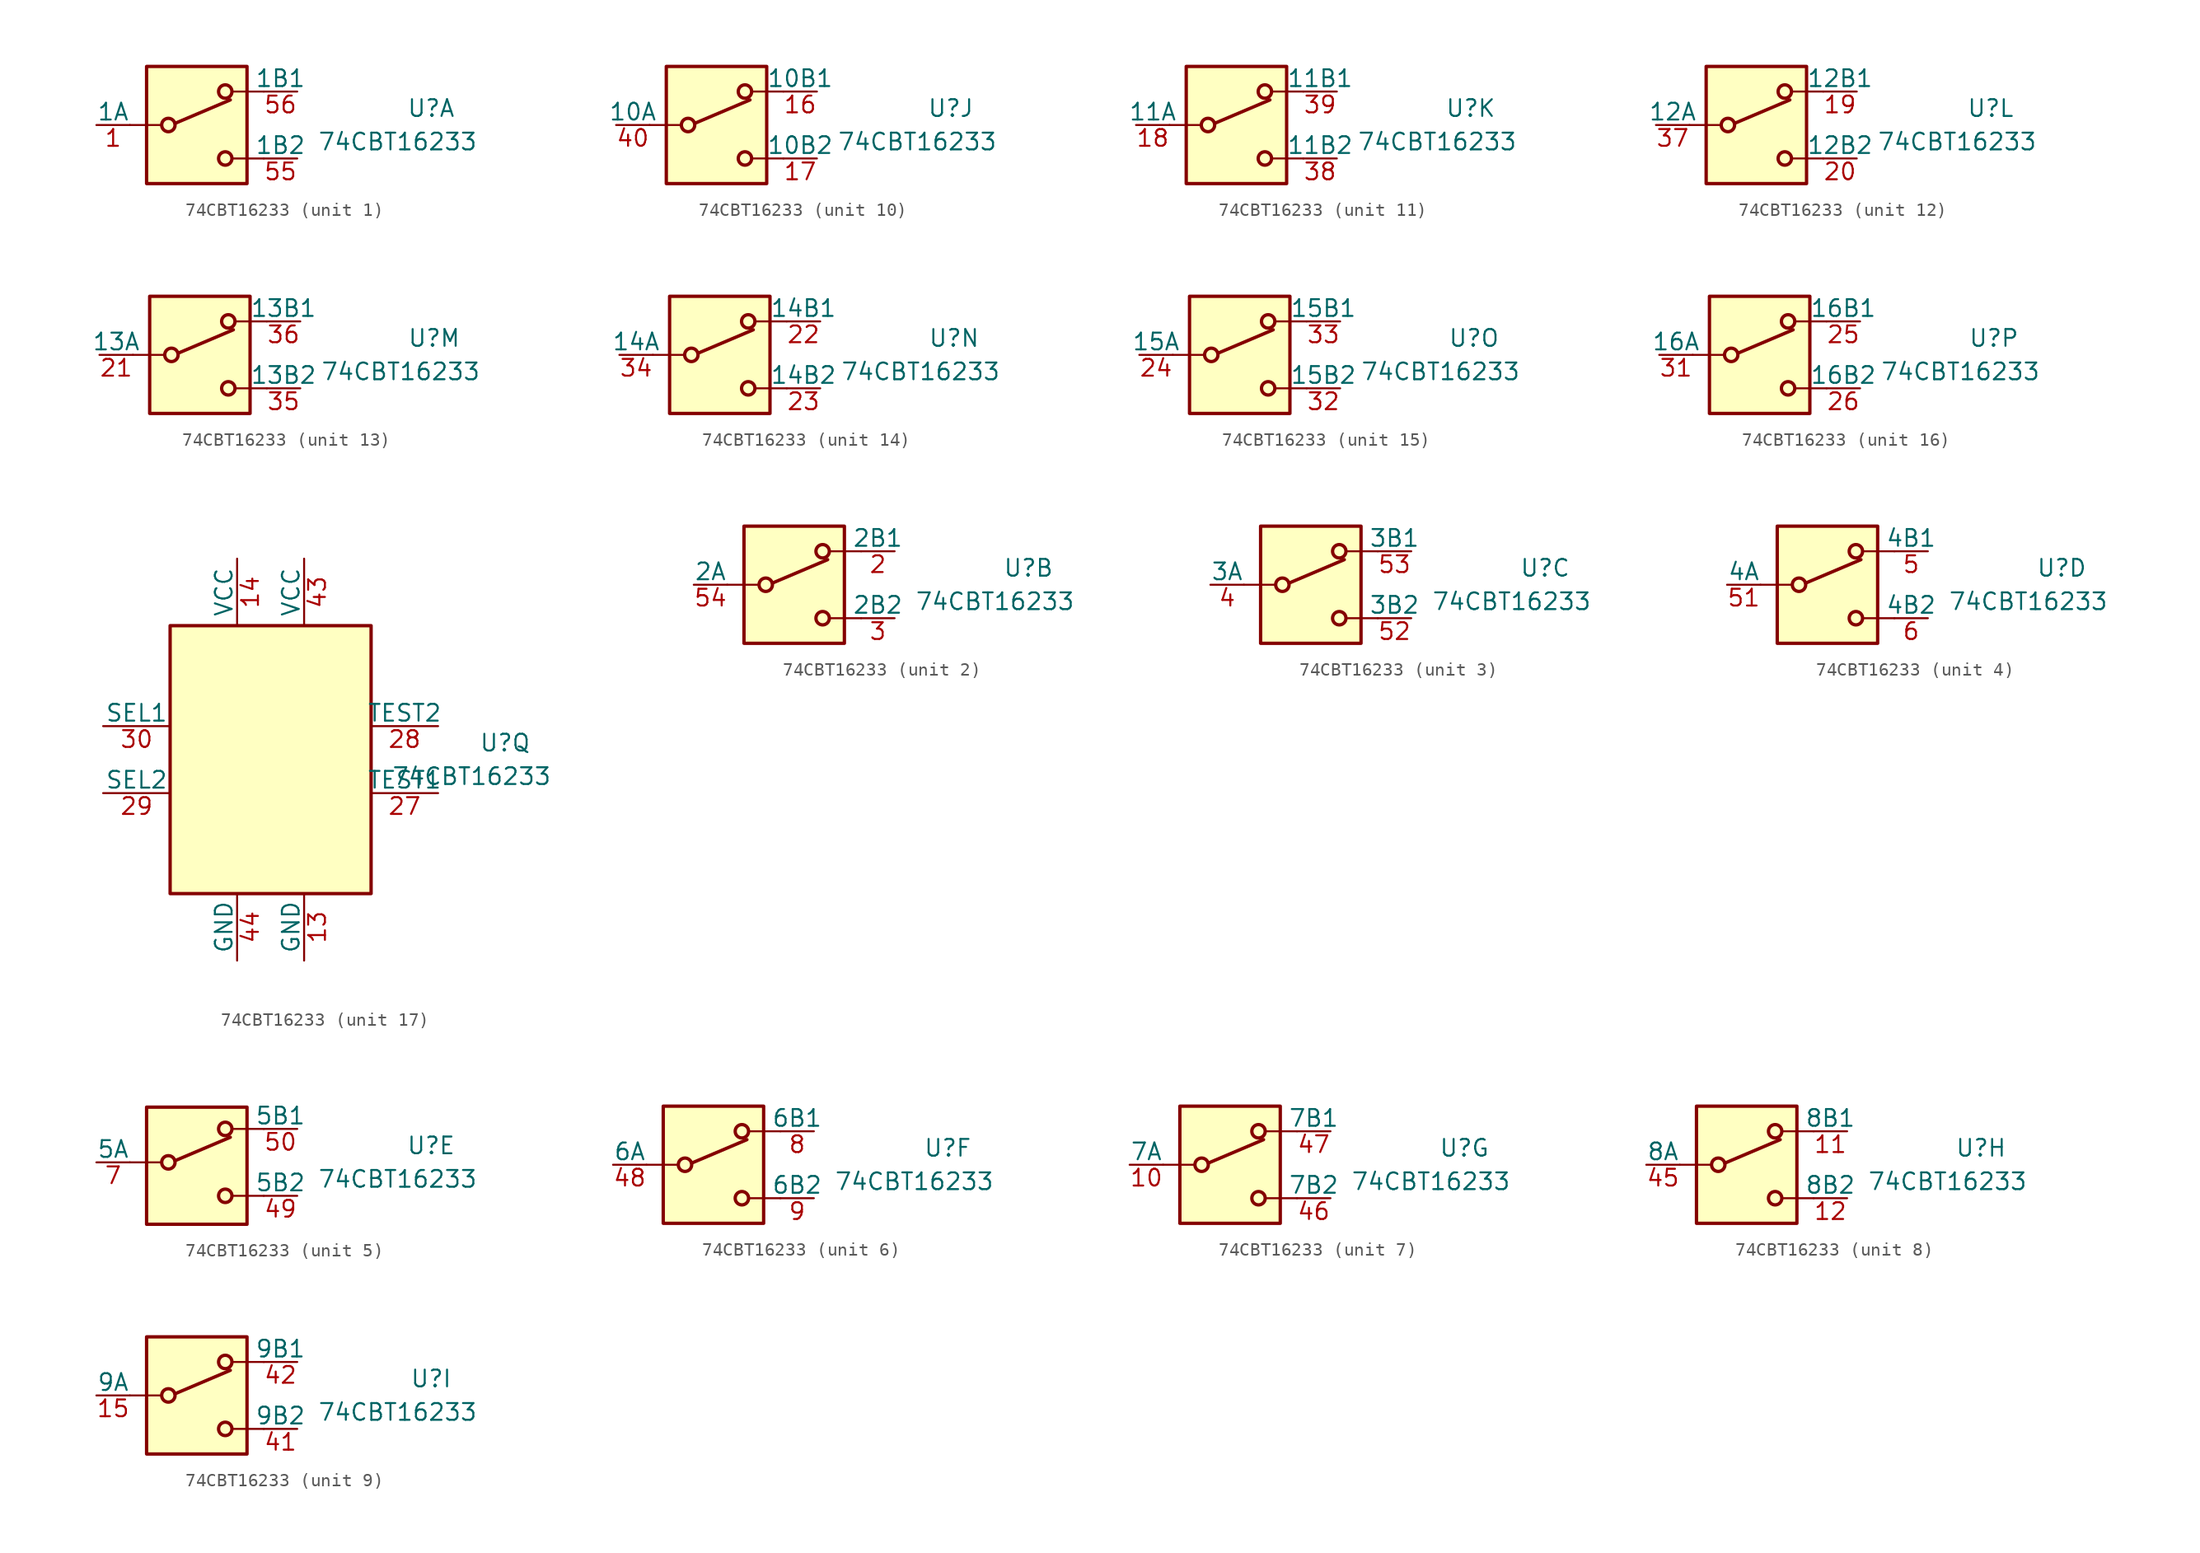
<source format=kicad_sym>
(kicad_symbol_lib
  (version 20231120)
  (generator "kicad_symbol_editor")
  (generator_version "8.0")
  (symbol "74CBT16233"
    (pin_names
      (offset 0))
    (property "Reference" "U"
      (at 17.78 1.27 0)
      (effects (font (size 1.27 1.27))))
    (property "Value" "74CBT16233"
      (at 15.24 -1.27 0)
      (effects (font (size 1.27 1.27))))
    (property "ki_locked" ""
      (at 0 0 0)
      (effects (font (size 1.27 1.27))))
    (symbol "74CBT16233_1_1"
      (rectangle (start -3.81 4.445) (end 3.81 -4.445) (stroke (width 0.254) (type default)) (fill (type background)))
      (circle (center -2.159 0) (radius 0.508) (stroke (width 0.254) (type default)) (fill (type none)))
      (polyline (pts (xy -5.08 0) (xy -2.794 0)) (stroke (width 0) (type default)) (fill (type none)))
      (polyline (pts (xy -1.651 0.127) (xy 2.54 1.905)) (stroke (width 0.254) (type default)) (fill (type none)))
      (polyline (pts (xy 5.08 -2.54) (xy 2.794 -2.54)) (stroke (width 0) (type default)) (fill (type none)))
      (polyline (pts (xy 5.08 2.54) (xy 2.794 2.54)) (stroke (width 0) (type default)) (fill (type none)))
      (circle (center 2.159 -2.54) (radius 0.508) (stroke (width 0.254) (type default)) (fill (type none)))
      (circle (center 2.159 2.54) (radius 0.508) (stroke (width 0.254) (type default)) (fill (type none)))
      (pin passive line (at -7.62 0 0) (length 2.54) (name "1A" (effects (font (size 1.27 1.27)))) (number "1" (effects (font (size 1.27 1.27)))))
      (pin passive line (at 7.62 -2.54 180) (length 2.54) (name "1B2" (effects (font (size 1.27 1.27)))) (number "55" (effects (font (size 1.27 1.27)))))
      (pin passive line (at 7.62 2.54 180) (length 2.54) (name "1B1" (effects (font (size 1.27 1.27)))) (number "56" (effects (font (size 1.27 1.27))))))
    (symbol "74CBT16233_2_1"
      (rectangle (start -3.81 4.445) (end 3.81 -4.445) (stroke (width 0.254) (type default)) (fill (type background)))
      (circle (center -2.159 0) (radius 0.508) (stroke (width 0.254) (type default)) (fill (type none)))
      (polyline (pts (xy -5.08 0) (xy -2.794 0)) (stroke (width 0) (type default)) (fill (type none)))
      (polyline (pts (xy -1.651 0.127) (xy 2.54 1.905)) (stroke (width 0.254) (type default)) (fill (type none)))
      (polyline (pts (xy 5.08 -2.54) (xy 2.794 -2.54)) (stroke (width 0) (type default)) (fill (type none)))
      (polyline (pts (xy 5.08 2.54) (xy 2.794 2.54)) (stroke (width 0) (type default)) (fill (type none)))
      (circle (center 2.159 -2.54) (radius 0.508) (stroke (width 0.254) (type default)) (fill (type none)))
      (circle (center 2.159 2.54) (radius 0.508) (stroke (width 0.254) (type default)) (fill (type none)))
      (pin passive line (at 7.62 2.54 180) (length 2.54) (name "2B1" (effects (font (size 1.27 1.27)))) (number "2" (effects (font (size 1.27 1.27)))))
      (pin passive line (at 7.62 -2.54 180) (length 2.54) (name "2B2" (effects (font (size 1.27 1.27)))) (number "3" (effects (font (size 1.27 1.27)))))
      (pin passive line (at -7.62 0 0) (length 2.54) (name "2A" (effects (font (size 1.27 1.27)))) (number "54" (effects (font (size 1.27 1.27))))))
    (symbol "74CBT16233_3_1"
      (rectangle (start -3.81 4.445) (end 3.81 -4.445) (stroke (width 0.254) (type default)) (fill (type background)))
      (circle (center -2.159 0) (radius 0.508) (stroke (width 0.254) (type default)) (fill (type none)))
      (polyline (pts (xy -5.08 0) (xy -2.794 0)) (stroke (width 0) (type default)) (fill (type none)))
      (polyline (pts (xy -1.651 0.127) (xy 2.54 1.905)) (stroke (width 0.254) (type default)) (fill (type none)))
      (polyline (pts (xy 5.08 -2.54) (xy 2.794 -2.54)) (stroke (width 0) (type default)) (fill (type none)))
      (polyline (pts (xy 5.08 2.54) (xy 2.794 2.54)) (stroke (width 0) (type default)) (fill (type none)))
      (circle (center 2.159 -2.54) (radius 0.508) (stroke (width 0.254) (type default)) (fill (type none)))
      (circle (center 2.159 2.54) (radius 0.508) (stroke (width 0.254) (type default)) (fill (type none)))
      (pin passive line (at -7.62 0 0) (length 2.54) (name "3A" (effects (font (size 1.27 1.27)))) (number "4" (effects (font (size 1.27 1.27)))))
      (pin passive line (at 7.62 -2.54 180) (length 2.54) (name "3B2" (effects (font (size 1.27 1.27)))) (number "52" (effects (font (size 1.27 1.27)))))
      (pin passive line (at 7.62 2.54 180) (length 2.54) (name "3B1" (effects (font (size 1.27 1.27)))) (number "53" (effects (font (size 1.27 1.27))))))
    (symbol "74CBT16233_4_1"
      (rectangle (start -3.81 4.445) (end 3.81 -4.445) (stroke (width 0.254) (type default)) (fill (type background)))
      (circle (center -2.159 0) (radius 0.508) (stroke (width 0.254) (type default)) (fill (type none)))
      (polyline (pts (xy -5.08 0) (xy -2.794 0)) (stroke (width 0) (type default)) (fill (type none)))
      (polyline (pts (xy -1.651 0.127) (xy 2.54 1.905)) (stroke (width 0.254) (type default)) (fill (type none)))
      (polyline (pts (xy 5.08 -2.54) (xy 2.794 -2.54)) (stroke (width 0) (type default)) (fill (type none)))
      (polyline (pts (xy 5.08 2.54) (xy 2.794 2.54)) (stroke (width 0) (type default)) (fill (type none)))
      (circle (center 2.159 -2.54) (radius 0.508) (stroke (width 0.254) (type default)) (fill (type none)))
      (circle (center 2.159 2.54) (radius 0.508) (stroke (width 0.254) (type default)) (fill (type none)))
      (pin passive line (at 7.62 2.54 180) (length 2.54) (name "4B1" (effects (font (size 1.27 1.27)))) (number "5" (effects (font (size 1.27 1.27)))))
      (pin passive line (at -7.62 0 0) (length 2.54) (name "4A" (effects (font (size 1.27 1.27)))) (number "51" (effects (font (size 1.27 1.27)))))
      (pin passive line (at 7.62 -2.54 180) (length 2.54) (name "4B2" (effects (font (size 1.27 1.27)))) (number "6" (effects (font (size 1.27 1.27))))))
    (symbol "74CBT16233_5_1"
      (rectangle (start -3.81 4.191) (end 3.81 -4.699) (stroke (width 0.254) (type default)) (fill (type background)))
      (circle (center -2.159 0) (radius 0.508) (stroke (width 0.254) (type default)) (fill (type none)))
      (polyline (pts (xy -5.08 0) (xy -2.794 0)) (stroke (width 0) (type default)) (fill (type none)))
      (polyline (pts (xy -1.651 0.127) (xy 2.54 1.905)) (stroke (width 0.254) (type default)) (fill (type none)))
      (polyline (pts (xy 5.08 -2.54) (xy 2.794 -2.54)) (stroke (width 0) (type default)) (fill (type none)))
      (polyline (pts (xy 5.08 2.54) (xy 2.794 2.54)) (stroke (width 0) (type default)) (fill (type none)))
      (circle (center 2.159 -2.54) (radius 0.508) (stroke (width 0.254) (type default)) (fill (type none)))
      (circle (center 2.159 2.54) (radius 0.508) (stroke (width 0.254) (type default)) (fill (type none)))
      (pin passive line (at 7.62 -2.54 180) (length 2.54) (name "5B2" (effects (font (size 1.27 1.27)))) (number "49" (effects (font (size 1.27 1.27)))))
      (pin passive line (at 7.62 2.54 180) (length 2.54) (name "5B1" (effects (font (size 1.27 1.27)))) (number "50" (effects (font (size 1.27 1.27)))))
      (pin passive line (at -7.62 0 0) (length 2.54) (name "5A" (effects (font (size 1.27 1.27)))) (number "7" (effects (font (size 1.27 1.27))))))
    (symbol "74CBT16233_6_1"
      (rectangle (start -3.81 4.445) (end 3.81 -4.445) (stroke (width 0.254) (type default)) (fill (type background)))
      (circle (center -2.159 0) (radius 0.508) (stroke (width 0.254) (type default)) (fill (type none)))
      (polyline (pts (xy -5.08 0) (xy -2.794 0)) (stroke (width 0) (type default)) (fill (type none)))
      (polyline (pts (xy -1.651 0.127) (xy 2.54 1.905)) (stroke (width 0.254) (type default)) (fill (type none)))
      (polyline (pts (xy 5.08 -2.54) (xy 2.794 -2.54)) (stroke (width 0) (type default)) (fill (type none)))
      (polyline (pts (xy 5.08 2.54) (xy 2.794 2.54)) (stroke (width 0) (type default)) (fill (type none)))
      (circle (center 2.159 -2.54) (radius 0.508) (stroke (width 0.254) (type default)) (fill (type none)))
      (circle (center 2.159 2.54) (radius 0.508) (stroke (width 0.254) (type default)) (fill (type none)))
      (pin passive line (at -7.62 0 0) (length 2.54) (name "6A" (effects (font (size 1.27 1.27)))) (number "48" (effects (font (size 1.27 1.27)))))
      (pin passive line (at 7.62 2.54 180) (length 2.54) (name "6B1" (effects (font (size 1.27 1.27)))) (number "8" (effects (font (size 1.27 1.27)))))
      (pin passive line (at 7.62 -2.54 180) (length 2.54) (name "6B2" (effects (font (size 1.27 1.27)))) (number "9" (effects (font (size 1.27 1.27))))))
    (symbol "74CBT16233_7_1"
      (rectangle (start -3.81 4.445) (end 3.81 -4.445) (stroke (width 0.254) (type default)) (fill (type background)))
      (circle (center -2.159 0) (radius 0.508) (stroke (width 0.254) (type default)) (fill (type none)))
      (polyline (pts (xy -5.08 0) (xy -2.794 0)) (stroke (width 0) (type default)) (fill (type none)))
      (polyline (pts (xy -1.651 0.127) (xy 2.54 1.905)) (stroke (width 0.254) (type default)) (fill (type none)))
      (polyline (pts (xy 5.08 -2.54) (xy 2.794 -2.54)) (stroke (width 0) (type default)) (fill (type none)))
      (polyline (pts (xy 5.08 2.54) (xy 2.794 2.54)) (stroke (width 0) (type default)) (fill (type none)))
      (circle (center 2.159 -2.54) (radius 0.508) (stroke (width 0.254) (type default)) (fill (type none)))
      (circle (center 2.159 2.54) (radius 0.508) (stroke (width 0.254) (type default)) (fill (type none)))
      (pin passive line (at -7.62 0 0) (length 2.54) (name "7A" (effects (font (size 1.27 1.27)))) (number "10" (effects (font (size 1.27 1.27)))))
      (pin passive line (at 7.62 -2.54 180) (length 2.54) (name "7B2" (effects (font (size 1.27 1.27)))) (number "46" (effects (font (size 1.27 1.27)))))
      (pin passive line (at 7.62 2.54 180) (length 2.54) (name "7B1" (effects (font (size 1.27 1.27)))) (number "47" (effects (font (size 1.27 1.27))))))
    (symbol "74CBT16233_8_0"
      (pin passive line (at 7.62 2.54 180) (length 2.54) (name "8B1" (effects (font (size 1.27 1.27)))) (number "11" (effects (font (size 1.27 1.27))))))
    (symbol "74CBT16233_8_1"
      (rectangle (start -3.81 4.445) (end 3.81 -4.445) (stroke (width 0.254) (type default)) (fill (type background)))
      (circle (center -2.159 0) (radius 0.508) (stroke (width 0.254) (type default)) (fill (type none)))
      (polyline (pts (xy -5.08 0) (xy -2.794 0)) (stroke (width 0) (type default)) (fill (type none)))
      (polyline (pts (xy -1.651 0.127) (xy 2.54 1.905)) (stroke (width 0.254) (type default)) (fill (type none)))
      (polyline (pts (xy 5.08 -2.54) (xy 2.794 -2.54)) (stroke (width 0) (type default)) (fill (type none)))
      (polyline (pts (xy 5.08 2.54) (xy 2.794 2.54)) (stroke (width 0) (type default)) (fill (type none)))
      (circle (center 2.159 -2.54) (radius 0.508) (stroke (width 0.254) (type default)) (fill (type none)))
      (circle (center 2.159 2.54) (radius 0.508) (stroke (width 0.254) (type default)) (fill (type none)))
      (pin passive line (at 7.62 -2.54 180) (length 2.54) (name "8B2" (effects (font (size 1.27 1.27)))) (number "12" (effects (font (size 1.27 1.27)))))
      (pin passive line (at -7.62 0 0) (length 2.54) (name "8A" (effects (font (size 1.27 1.27)))) (number "45" (effects (font (size 1.27 1.27))))))
    (symbol "74CBT16233_9_0"
      (pin passive line (at -7.62 0 0) (length 2.54) (name "9A" (effects (font (size 1.27 1.27)))) (number "15" (effects (font (size 1.27 1.27)))))
      (pin passive line (at 7.62 -2.54 180) (length 2.54) (name "9B2" (effects (font (size 1.27 1.27)))) (number "41" (effects (font (size 1.27 1.27)))))
      (pin passive line (at 7.62 2.54 180) (length 2.54) (name "9B1" (effects (font (size 1.27 1.27)))) (number "42" (effects (font (size 1.27 1.27))))))
    (symbol "74CBT16233_9_1"
      (rectangle (start -3.81 4.445) (end 3.81 -4.445) (stroke (width 0.254) (type default)) (fill (type background)))
      (circle (center -2.159 0) (radius 0.508) (stroke (width 0.254) (type default)) (fill (type none)))
      (polyline (pts (xy -5.08 0) (xy -2.794 0)) (stroke (width 0) (type default)) (fill (type none)))
      (polyline (pts (xy -1.651 0.127) (xy 2.54 1.905)) (stroke (width 0.254) (type default)) (fill (type none)))
      (polyline (pts (xy 5.08 -2.54) (xy 2.794 -2.54)) (stroke (width 0) (type default)) (fill (type none)))
      (polyline (pts (xy 5.08 2.54) (xy 2.794 2.54)) (stroke (width 0) (type default)) (fill (type none)))
      (circle (center 2.159 -2.54) (radius 0.508) (stroke (width 0.254) (type default)) (fill (type none)))
      (circle (center 2.159 2.54) (radius 0.508) (stroke (width 0.254) (type default)) (fill (type none))))
    (symbol "74CBT16233_10_0"
      (pin passive line (at 7.62 2.54 180) (length 2.54) (name "10B1" (effects (font (size 1.27 1.27)))) (number "16" (effects (font (size 1.27 1.27)))))
      (pin passive line (at 7.62 -2.54 180) (length 2.54) (name "10B2" (effects (font (size 1.27 1.27)))) (number "17" (effects (font (size 1.27 1.27)))))
      (pin passive line (at -7.62 0 0) (length 2.54) (name "10A" (effects (font (size 1.27 1.27)))) (number "40" (effects (font (size 1.27 1.27))))))
    (symbol "74CBT16233_10_1"
      (rectangle (start -3.81 4.445) (end 3.81 -4.445) (stroke (width 0.254) (type default)) (fill (type background)))
      (circle (center -2.159 0) (radius 0.508) (stroke (width 0.254) (type default)) (fill (type none)))
      (polyline (pts (xy -5.08 0) (xy -2.794 0)) (stroke (width 0) (type default)) (fill (type none)))
      (polyline (pts (xy -1.651 0.127) (xy 2.54 1.905)) (stroke (width 0.254) (type default)) (fill (type none)))
      (polyline (pts (xy 5.08 -2.54) (xy 2.794 -2.54)) (stroke (width 0) (type default)) (fill (type none)))
      (polyline (pts (xy 5.08 2.54) (xy 2.794 2.54)) (stroke (width 0) (type default)) (fill (type none)))
      (circle (center 2.159 -2.54) (radius 0.508) (stroke (width 0.254) (type default)) (fill (type none)))
      (circle (center 2.159 2.54) (radius 0.508) (stroke (width 0.254) (type default)) (fill (type none))))
    (symbol "74CBT16233_11_0"
      (pin passive line (at -7.62 0 0) (length 2.54) (name "11A" (effects (font (size 1.27 1.27)))) (number "18" (effects (font (size 1.27 1.27)))))
      (pin passive line (at 7.62 -2.54 180) (length 2.54) (name "11B2" (effects (font (size 1.27 1.27)))) (number "38" (effects (font (size 1.27 1.27)))))
      (pin passive line (at 7.62 2.54 180) (length 2.54) (name "11B1" (effects (font (size 1.27 1.27)))) (number "39" (effects (font (size 1.27 1.27))))))
    (symbol "74CBT16233_11_1"
      (rectangle (start -3.81 4.445) (end 3.81 -4.445) (stroke (width 0.254) (type default)) (fill (type background)))
      (circle (center -2.159 0) (radius 0.508) (stroke (width 0.254) (type default)) (fill (type none)))
      (polyline (pts (xy -5.08 0) (xy -2.794 0)) (stroke (width 0) (type default)) (fill (type none)))
      (polyline (pts (xy -1.651 0.127) (xy 2.54 1.905)) (stroke (width 0.254) (type default)) (fill (type none)))
      (polyline (pts (xy 5.08 -2.54) (xy 2.794 -2.54)) (stroke (width 0) (type default)) (fill (type none)))
      (polyline (pts (xy 5.08 2.54) (xy 2.794 2.54)) (stroke (width 0) (type default)) (fill (type none)))
      (circle (center 2.159 -2.54) (radius 0.508) (stroke (width 0.254) (type default)) (fill (type none)))
      (circle (center 2.159 2.54) (radius 0.508) (stroke (width 0.254) (type default)) (fill (type none))))
    (symbol "74CBT16233_12_0"
      (pin passive line (at 7.62 2.54 180) (length 2.54) (name "12B1" (effects (font (size 1.27 1.27)))) (number "19" (effects (font (size 1.27 1.27)))))
      (pin passive line (at 7.62 -2.54 180) (length 2.54) (name "12B2" (effects (font (size 1.27 1.27)))) (number "20" (effects (font (size 1.27 1.27)))))
      (pin passive line (at -7.62 0 0) (length 2.54) (name "12A" (effects (font (size 1.27 1.27)))) (number "37" (effects (font (size 1.27 1.27))))))
    (symbol "74CBT16233_12_1"
      (rectangle (start -3.81 4.445) (end 3.81 -4.445) (stroke (width 0.254) (type default)) (fill (type background)))
      (circle (center -2.159 0) (radius 0.508) (stroke (width 0.254) (type default)) (fill (type none)))
      (polyline (pts (xy -5.08 0) (xy -2.794 0)) (stroke (width 0) (type default)) (fill (type none)))
      (polyline (pts (xy -1.651 0.127) (xy 2.54 1.905)) (stroke (width 0.254) (type default)) (fill (type none)))
      (polyline (pts (xy 5.08 -2.54) (xy 2.794 -2.54)) (stroke (width 0) (type default)) (fill (type none)))
      (polyline (pts (xy 5.08 2.54) (xy 2.794 2.54)) (stroke (width 0) (type default)) (fill (type none)))
      (circle (center 2.159 -2.54) (radius 0.508) (stroke (width 0.254) (type default)) (fill (type none)))
      (circle (center 2.159 2.54) (radius 0.508) (stroke (width 0.254) (type default)) (fill (type none))))
    (symbol "74CBT16233_13_0"
      (pin passive line (at -7.62 0 0) (length 2.54) (name "13A" (effects (font (size 1.27 1.27)))) (number "21" (effects (font (size 1.27 1.27)))))
      (pin passive line (at 7.62 -2.54 180) (length 2.54) (name "13B2" (effects (font (size 1.27 1.27)))) (number "35" (effects (font (size 1.27 1.27)))))
      (pin passive line (at 7.62 2.54 180) (length 2.54) (name "13B1" (effects (font (size 1.27 1.27)))) (number "36" (effects (font (size 1.27 1.27))))))
    (symbol "74CBT16233_13_1"
      (rectangle (start -3.81 4.445) (end 3.81 -4.445) (stroke (width 0.254) (type default)) (fill (type background)))
      (circle (center -2.159 0) (radius 0.508) (stroke (width 0.254) (type default)) (fill (type none)))
      (polyline (pts (xy -5.08 0) (xy -2.794 0)) (stroke (width 0) (type default)) (fill (type none)))
      (polyline (pts (xy -1.651 0.127) (xy 2.54 1.905)) (stroke (width 0.254) (type default)) (fill (type none)))
      (polyline (pts (xy 5.08 -2.54) (xy 2.794 -2.54)) (stroke (width 0) (type default)) (fill (type none)))
      (polyline (pts (xy 5.08 2.54) (xy 2.794 2.54)) (stroke (width 0) (type default)) (fill (type none)))
      (circle (center 2.159 -2.54) (radius 0.508) (stroke (width 0.254) (type default)) (fill (type none)))
      (circle (center 2.159 2.54) (radius 0.508) (stroke (width 0.254) (type default)) (fill (type none))))
    (symbol "74CBT16233_14_0"
      (pin passive line (at 7.62 2.54 180) (length 2.54) (name "14B1" (effects (font (size 1.27 1.27)))) (number "22" (effects (font (size 1.27 1.27)))))
      (pin passive line (at 7.62 -2.54 180) (length 2.54) (name "14B2" (effects (font (size 1.27 1.27)))) (number "23" (effects (font (size 1.27 1.27)))))
      (pin passive line (at -7.62 0 0) (length 2.54) (name "14A" (effects (font (size 1.27 1.27)))) (number "34" (effects (font (size 1.27 1.27))))))
    (symbol "74CBT16233_14_1"
      (rectangle (start -3.81 4.445) (end 3.81 -4.445) (stroke (width 0.254) (type default)) (fill (type background)))
      (circle (center -2.159 0) (radius 0.508) (stroke (width 0.254) (type default)) (fill (type none)))
      (polyline (pts (xy -5.08 0) (xy -2.794 0)) (stroke (width 0) (type default)) (fill (type none)))
      (polyline (pts (xy -1.651 0.127) (xy 2.54 1.905)) (stroke (width 0.254) (type default)) (fill (type none)))
      (polyline (pts (xy 5.08 -2.54) (xy 2.794 -2.54)) (stroke (width 0) (type default)) (fill (type none)))
      (polyline (pts (xy 5.08 2.54) (xy 2.794 2.54)) (stroke (width 0) (type default)) (fill (type none)))
      (circle (center 2.159 -2.54) (radius 0.508) (stroke (width 0.254) (type default)) (fill (type none)))
      (circle (center 2.159 2.54) (radius 0.508) (stroke (width 0.254) (type default)) (fill (type none))))
    (symbol "74CBT16233_15_0"
      (pin passive line (at -7.62 0 0) (length 2.54) (name "15A" (effects (font (size 1.27 1.27)))) (number "24" (effects (font (size 1.27 1.27)))))
      (pin passive line (at 7.62 -2.54 180) (length 2.54) (name "15B2" (effects (font (size 1.27 1.27)))) (number "32" (effects (font (size 1.27 1.27)))))
      (pin passive line (at 7.62 2.54 180) (length 2.54) (name "15B1" (effects (font (size 1.27 1.27)))) (number "33" (effects (font (size 1.27 1.27))))))
    (symbol "74CBT16233_15_1"
      (rectangle (start -3.81 4.445) (end 3.81 -4.445) (stroke (width 0.254) (type default)) (fill (type background)))
      (circle (center -2.159 0) (radius 0.508) (stroke (width 0.254) (type default)) (fill (type none)))
      (polyline (pts (xy -5.08 0) (xy -2.794 0)) (stroke (width 0) (type default)) (fill (type none)))
      (polyline (pts (xy -1.651 0.127) (xy 2.54 1.905)) (stroke (width 0.254) (type default)) (fill (type none)))
      (polyline (pts (xy 5.08 -2.54) (xy 2.794 -2.54)) (stroke (width 0) (type default)) (fill (type none)))
      (polyline (pts (xy 5.08 2.54) (xy 2.794 2.54)) (stroke (width 0) (type default)) (fill (type none)))
      (circle (center 2.159 -2.54) (radius 0.508) (stroke (width 0.254) (type default)) (fill (type none)))
      (circle (center 2.159 2.54) (radius 0.508) (stroke (width 0.254) (type default)) (fill (type none))))
    (symbol "74CBT16233_16_0"
      (pin passive line (at 7.62 2.54 180) (length 2.54) (name "16B1" (effects (font (size 1.27 1.27)))) (number "25" (effects (font (size 1.27 1.27)))))
      (pin passive line (at 7.62 -2.54 180) (length 2.54) (name "16B2" (effects (font (size 1.27 1.27)))) (number "26" (effects (font (size 1.27 1.27)))))
      (pin passive line (at -7.62 0 0) (length 2.54) (name "16A" (effects (font (size 1.27 1.27)))) (number "31" (effects (font (size 1.27 1.27))))))
    (symbol "74CBT16233_16_1"
      (rectangle (start -3.81 4.445) (end 3.81 -4.445) (stroke (width 0.254) (type default)) (fill (type background)))
      (circle (center -2.159 0) (radius 0.508) (stroke (width 0.254) (type default)) (fill (type none)))
      (polyline (pts (xy -5.08 0) (xy -2.794 0)) (stroke (width 0) (type default)) (fill (type none)))
      (polyline (pts (xy -1.651 0.127) (xy 2.54 1.905)) (stroke (width 0.254) (type default)) (fill (type none)))
      (polyline (pts (xy 5.08 -2.54) (xy 2.794 -2.54)) (stroke (width 0) (type default)) (fill (type none)))
      (polyline (pts (xy 5.08 2.54) (xy 2.794 2.54)) (stroke (width 0) (type default)) (fill (type none)))
      (circle (center 2.159 -2.54) (radius 0.508) (stroke (width 0.254) (type default)) (fill (type none)))
      (circle (center 2.159 2.54) (radius 0.508) (stroke (width 0.254) (type default)) (fill (type none))))
    (symbol "74CBT16233_17_0"
      (pin input line (at -12.7 -2.54 0) (length 5.08) (name "SEL2" (effects (font (size 1.27 1.27)))) (number "29" (effects (font (size 1.27 1.27)))))
      (pin input line (at -12.7 2.54 0) (length 5.08) (name "SEL1" (effects (font (size 1.27 1.27)))) (number "30" (effects (font (size 1.27 1.27)))))
      (pin power_in line (at -2.54 -15.24 90) (length 5.08) (name "GND" (effects (font (size 1.27 1.27)))) (number "44" (effects (font (size 1.27 1.27))))))
    (symbol "74CBT16233_17_1"
      (rectangle (start -7.62 10.16) (end 7.62 -10.16) (stroke (width 0.254) (type default)) (fill (type background)))
      (pin power_in line (at 2.54 -15.24 90) (length 5.08) (name "GND" (effects (font (size 1.27 1.27)))) (number "13" (effects (font (size 1.27 1.27)))))
      (pin power_in line (at -2.54 15.24 270) (length 5.08) (name "VCC" (effects (font (size 1.27 1.27)))) (number "14" (effects (font (size 1.27 1.27)))))
      (pin input line (at 12.7 -2.54 180) (length 5.08) (name "TEST1" (effects (font (size 1.27 1.27)))) (number "27" (effects (font (size 1.27 1.27)))))
      (pin input line (at 12.7 2.54 180) (length 5.08) (name "TEST2" (effects (font (size 1.27 1.27)))) (number "28" (effects (font (size 1.27 1.27)))))
      (pin power_in line (at 2.54 15.24 270) (length 5.08) (name "VCC" (effects (font (size 1.27 1.27)))) (number "43" (effects (font (size 1.27 1.27))))))))
</source>
